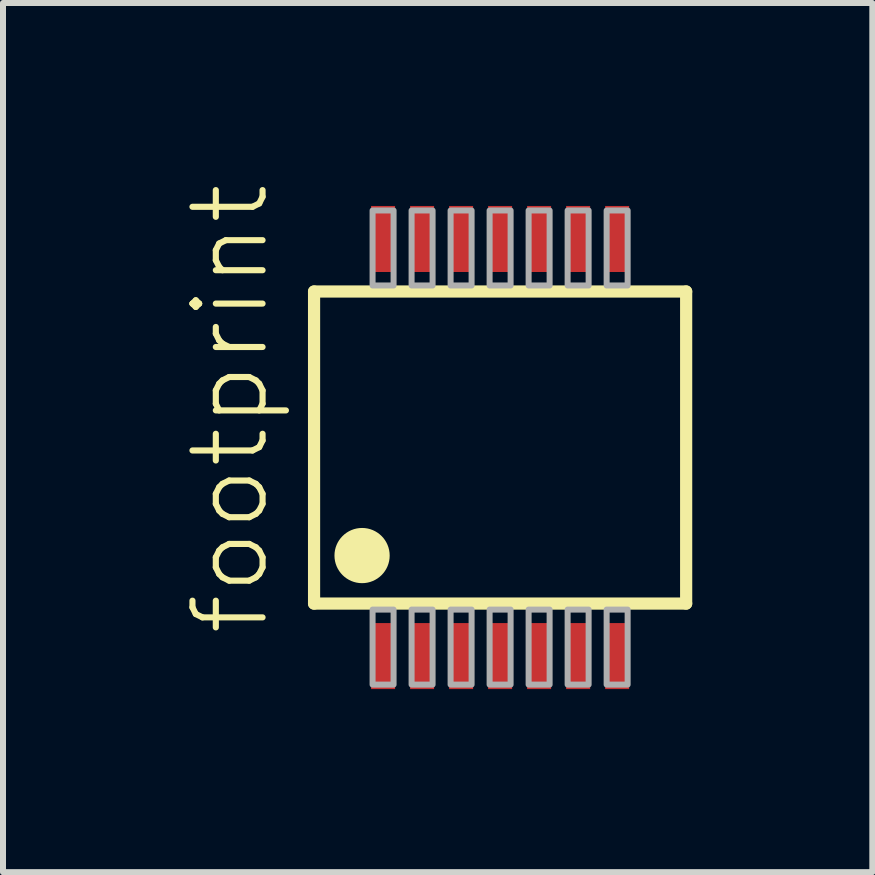
<source format=kicad_pcb>
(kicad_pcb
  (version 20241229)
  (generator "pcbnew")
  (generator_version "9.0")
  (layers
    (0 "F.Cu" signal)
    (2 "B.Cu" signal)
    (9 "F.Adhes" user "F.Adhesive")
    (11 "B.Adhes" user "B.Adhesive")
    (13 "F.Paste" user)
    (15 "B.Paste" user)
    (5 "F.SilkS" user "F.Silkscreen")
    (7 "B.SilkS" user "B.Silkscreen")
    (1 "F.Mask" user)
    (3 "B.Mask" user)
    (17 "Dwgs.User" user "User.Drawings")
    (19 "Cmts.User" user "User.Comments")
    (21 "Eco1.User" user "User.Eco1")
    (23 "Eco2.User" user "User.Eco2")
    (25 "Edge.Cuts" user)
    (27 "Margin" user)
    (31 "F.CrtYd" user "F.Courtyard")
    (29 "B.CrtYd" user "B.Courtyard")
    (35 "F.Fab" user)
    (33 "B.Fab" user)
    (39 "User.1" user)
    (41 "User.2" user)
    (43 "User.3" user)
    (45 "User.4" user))
  (footprint "footprint"
    (layer "F.Cu")
    (at 5.283 4.407)
    (property "Reference" "footprint" (at -3.81 3.175 90) (layer "F.SilkS") (effects (font (size 1.168 1.168) (thickness 0.102)) (justify left bottom)))
    (fp_poly (pts (xy -2.2 4.075) (xy -1.7 4.075) (xy -1.7 2.875) (xy -2.2 2.875)) (stroke (width 0) (type solid)) (fill yes) (layer "F.Mask"))
    (fp_poly (pts (xy -1.7 -4.075) (xy -2.2 -4.075) (xy -2.2 -2.875) (xy -1.7 -2.875)) (stroke (width 0) (type solid)) (fill yes) (layer "F.Mask"))
    (fp_poly (pts (xy -1.55 4.075) (xy -1.05 4.075) (xy -1.05 2.875) (xy -1.55 2.875)) (stroke (width 0) (type solid)) (fill yes) (layer "F.Mask"))
    (fp_poly (pts (xy -1.05 -4.075) (xy -1.55 -4.075) (xy -1.55 -2.875) (xy -1.05 -2.875)) (stroke (width 0) (type solid)) (fill yes) (layer "F.Mask"))
    (fp_poly (pts (xy -0.9 4.075) (xy -0.4 4.075) (xy -0.4 2.875) (xy -0.9 2.875)) (stroke (width 0) (type solid)) (fill yes) (layer "F.Mask"))
    (fp_poly (pts (xy -0.4 -4.075) (xy -0.9 -4.075) (xy -0.9 -2.875) (xy -0.4 -2.875)) (stroke (width 0) (type solid)) (fill yes) (layer "F.Mask"))
    (fp_poly (pts (xy -0.25 4.075) (xy 0.25 4.075) (xy 0.25 2.875) (xy -0.25 2.875)) (stroke (width 0) (type solid)) (fill yes) (layer "F.Mask"))
    (fp_poly (pts (xy 0.25 -4.075) (xy -0.25 -4.075) (xy -0.25 -2.875) (xy 0.25 -2.875)) (stroke (width 0) (type solid)) (fill yes) (layer "F.Mask"))
    (fp_poly (pts (xy 0.4 4.075) (xy 0.9 4.075) (xy 0.9 2.875) (xy 0.4 2.875)) (stroke (width 0) (type solid)) (fill yes) (layer "F.Mask"))
    (fp_poly (pts (xy 0.9 -4.075) (xy 0.4 -4.075) (xy 0.4 -2.875) (xy 0.9 -2.875)) (stroke (width 0) (type solid)) (fill yes) (layer "F.Mask"))
    (fp_poly (pts (xy 1.05 4.075) (xy 1.55 4.075) (xy 1.55 2.875) (xy 1.05 2.875)) (stroke (width 0) (type solid)) (fill yes) (layer "F.Mask"))
    (fp_poly (pts (xy 1.55 -4.075) (xy 1.05 -4.075) (xy 1.05 -2.875) (xy 1.55 -2.875)) (stroke (width 0) (type solid)) (fill yes) (layer "F.Mask"))
    (fp_poly (pts (xy 1.7 4.075) (xy 2.2 4.075) (xy 2.2 2.875) (xy 1.7 2.875)) (stroke (width 0) (type solid)) (fill yes) (layer "F.Mask"))
    (fp_poly (pts (xy 2.2 -4.075) (xy 1.7 -4.075) (xy 1.7 -2.875) (xy 2.2 -2.875)) (stroke (width 0) (type solid)) (fill yes) (layer "F.Mask"))
    (fp_line (start -3.1 -2.6) (end 3.1 -2.6) (stroke (width 0.203) (type solid)) (layer "F.SilkS"))
    (fp_line (start -3.1 2.6) (end -3.1 -2.6) (stroke (width 0.203) (type solid)) (layer "F.SilkS"))
    (fp_line (start 3.1 -2.6) (end 3.1 2.6) (stroke (width 0.203) (type solid)) (layer "F.SilkS"))
    (fp_line (start 3.1 2.6) (end -3.1 2.6) (stroke (width 0.203) (type solid)) (layer "F.SilkS"))
    (fp_circle (center -2.3 1.8) (end -2.07 1.8) (stroke (width 0.46) (type solid)) (fill yes) (layer "F.SilkS"))
    (fp_poly (pts (xy -2.125 3.95) (xy -1.775 3.95) (xy -1.775 2.7) (xy -2.125 2.7)) (stroke (width 0.1) (type solid)) (fill no) (layer "F.Fab"))
    (fp_poly (pts (xy -1.775 -3.95) (xy -2.125 -3.95) (xy -2.125 -2.7) (xy -1.775 -2.7)) (stroke (width 0.1) (type solid)) (fill no) (layer "F.Fab"))
    (fp_poly (pts (xy -1.475 3.95) (xy -1.125 3.95) (xy -1.125 2.7) (xy -1.475 2.7)) (stroke (width 0.1) (type solid)) (fill no) (layer "F.Fab"))
    (fp_poly (pts (xy -1.125 -3.95) (xy -1.475 -3.95) (xy -1.475 -2.7) (xy -1.125 -2.7)) (stroke (width 0.1) (type solid)) (fill no) (layer "F.Fab"))
    (fp_poly (pts (xy -0.825 3.95) (xy -0.475 3.95) (xy -0.475 2.7) (xy -0.825 2.7)) (stroke (width 0.1) (type solid)) (fill no) (layer "F.Fab"))
    (fp_poly (pts (xy -0.475 -3.95) (xy -0.825 -3.95) (xy -0.825 -2.7) (xy -0.475 -2.7)) (stroke (width 0.1) (type solid)) (fill no) (layer "F.Fab"))
    (fp_poly (pts (xy -0.175 3.95) (xy 0.175 3.95) (xy 0.175 2.7) (xy -0.175 2.7)) (stroke (width 0.1) (type solid)) (fill no) (layer "F.Fab"))
    (fp_poly (pts (xy 0.175 -3.95) (xy -0.175 -3.95) (xy -0.175 -2.7) (xy 0.175 -2.7)) (stroke (width 0.1) (type solid)) (fill no) (layer "F.Fab"))
    (fp_poly (pts (xy 0.475 3.95) (xy 0.825 3.95) (xy 0.825 2.7) (xy 0.475 2.7)) (stroke (width 0.1) (type solid)) (fill no) (layer "F.Fab"))
    (fp_poly (pts (xy 0.825 -3.95) (xy 0.475 -3.95) (xy 0.475 -2.7) (xy 0.825 -2.7)) (stroke (width 0.1) (type solid)) (fill no) (layer "F.Fab"))
    (fp_poly (pts (xy 1.125 3.95) (xy 1.475 3.95) (xy 1.475 2.7) (xy 1.125 2.7)) (stroke (width 0.1) (type solid)) (fill no) (layer "F.Fab"))
    (fp_poly (pts (xy 1.475 -3.95) (xy 1.125 -3.95) (xy 1.125 -2.7) (xy 1.475 -2.7)) (stroke (width 0.1) (type solid)) (fill no) (layer "F.Fab"))
    (fp_poly (pts (xy 1.775 3.95) (xy 2.125 3.95) (xy 2.125 2.7) (xy 1.775 2.7)) (stroke (width 0.1) (type solid)) (fill no) (layer "F.Fab"))
    (fp_poly (pts (xy 2.125 -3.95) (xy 1.775 -3.95) (xy 1.775 -2.7) (xy 2.125 -2.7)) (stroke (width 0.1) (type solid)) (fill no) (layer "F.Fab"))
    (pad "1" smd rect (at -1.95 3.475) (size 0.4 1.1) (layers "F.Cu" "F.Paste"))
    (pad "2" smd rect (at -1.3 3.475) (size 0.4 1.1) (layers "F.Cu" "F.Paste"))
    (pad "3" smd rect (at -0.65 3.475) (size 0.4 1.1) (layers "F.Cu" "F.Paste"))
    (pad "4" smd rect (at 0 3.475) (size 0.4 1.1) (layers "F.Cu" "F.Paste"))
    (pad "5" smd rect (at 0.65 3.475) (size 0.4 1.1) (layers "F.Cu" "F.Paste"))
    (pad "6" smd rect (at 1.3 3.475) (size 0.4 1.1) (layers "F.Cu" "F.Paste"))
    (pad "7" smd rect (at 1.95 3.475) (size 0.4 1.1) (layers "F.Cu" "F.Paste"))
    (pad "8" smd rect (at 1.95 -3.475 180) (size 0.4 1.1) (layers "F.Cu" "F.Paste"))
    (pad "9" smd rect (at 1.3 -3.475 180) (size 0.4 1.1) (layers "F.Cu" "F.Paste"))
    (pad "10" smd rect (at 0.65 -3.475 180) (size 0.4 1.1) (layers "F.Cu" "F.Paste"))
    (pad "11" smd rect (at 0 -3.475 180) (size 0.4 1.1) (layers "F.Cu" "F.Paste"))
    (pad "12" smd rect (at -0.65 -3.475 180) (size 0.4 1.1) (layers "F.Cu" "F.Paste"))
    (pad "13" smd rect (at -1.3 -3.475 180) (size 0.4 1.1) (layers "F.Cu" "F.Paste"))
    (pad "14" smd rect (at -1.95 -3.475 180) (size 0.4 1.1) (layers "F.Cu" "F.Paste")))
  (gr_rect
    (start -3 -3)
    (end 11.485 11.482)
    (stroke (width 0.1) (type default))
    (fill no)
    (layer "Edge.Cuts")))
</source>
